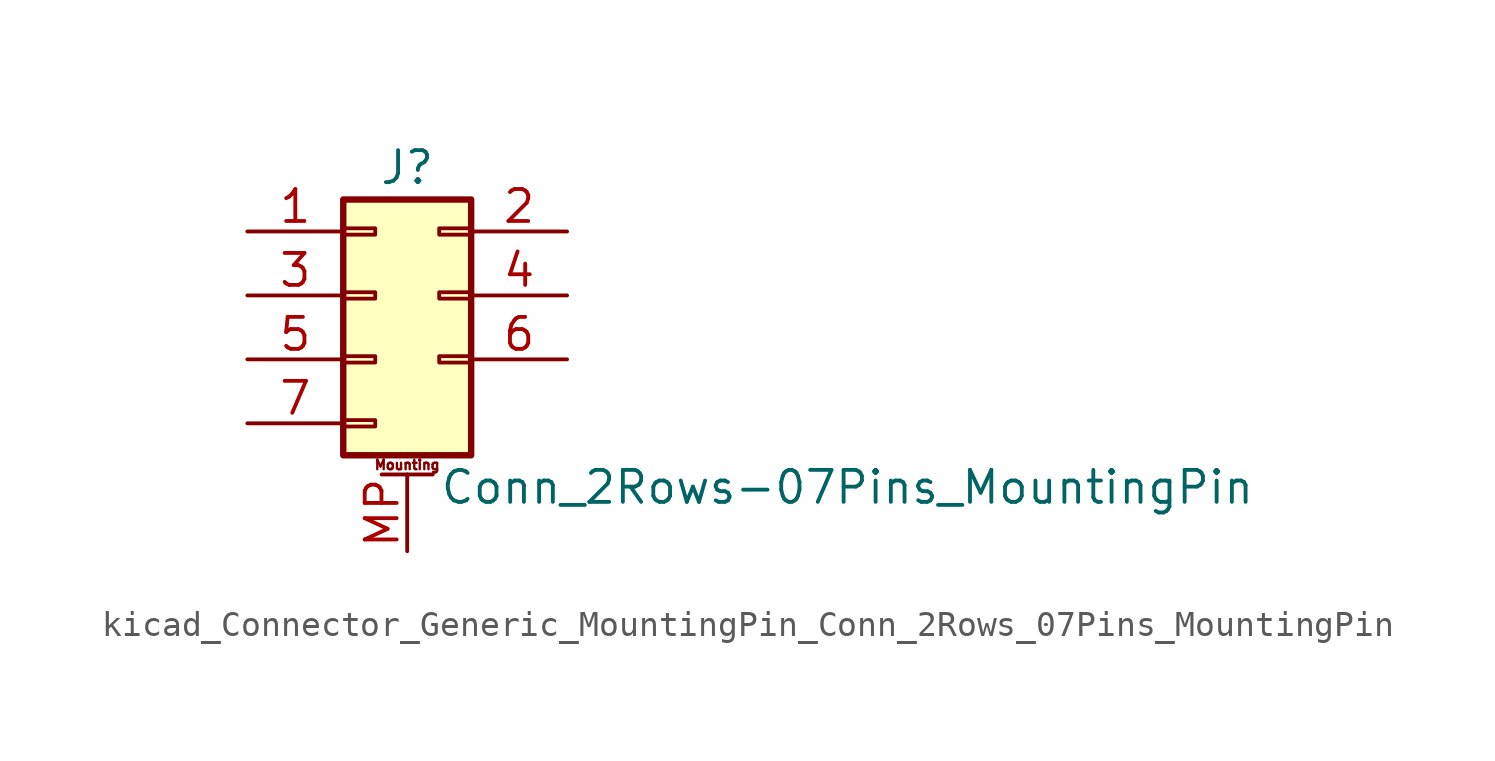
<source format=kicad_sym>
(kicad_symbol_lib
  (version 20220914)
  (generator kicad_symbol_editor)
  (symbol "kicad_Connector_Generic_MountingPin_Conn_2Rows_07Pins_MountingPin"
    (pin_names
      (offset 1.016) hide)
    (property "Reference" "J"
      (at 1.27 5.08 0)
      (effects (font (size 1.27 1.27))))
    (property "Value" "Conn_2Rows-07Pins_MountingPin"
      (at 2.54 -7.62 0)
      (effects (font (size 1.27 1.27)) (justify left)))
    (symbol "kicad_Connector_Generic_MountingPin_Conn_2Rows_07Pins_MountingPin_1_1"
      (rectangle (start -1.27 -4.953) (end 0 -5.207) (stroke (width 0.152) (type default)) (fill (type none)))
      (rectangle (start -1.27 -2.413) (end 0 -2.667) (stroke (width 0.152) (type default)) (fill (type none)))
      (rectangle (start -1.27 0.127) (end 0 -0.127) (stroke (width 0.152) (type default)) (fill (type none)))
      (rectangle (start -1.27 2.667) (end 0 2.413) (stroke (width 0.152) (type default)) (fill (type none)))
      (rectangle (start -1.27 3.81) (end 3.81 -6.35) (stroke (width 0.254) (type default)) (fill (type background)))
      (polyline (pts (xy 0.254 -7.112) (xy 2.286 -7.112)) (stroke (width 0.152) (type default)) (fill (type none)))
      (rectangle (start 3.81 -2.413) (end 2.54 -2.667) (stroke (width 0.152) (type default)) (fill (type none)))
      (rectangle (start 3.81 0.127) (end 2.54 -0.127) (stroke (width 0.152) (type default)) (fill (type none)))
      (rectangle (start 3.81 2.667) (end 2.54 2.413) (stroke (width 0.152) (type default)) (fill (type none)))
      (text "Mounting" (at 1.27 -6.731 0) (effects (font (size 0.381 0.381))))
      (pin passive line (at -5.08 2.54 0) (length 3.81) (name "Pin_1" (effects (font (size 1.27 1.27)))) (number "1" (effects (font (size 1.27 1.27)))))
      (pin passive line (at 7.62 2.54 180) (length 3.81) (name "Pin_2" (effects (font (size 1.27 1.27)))) (number "2" (effects (font (size 1.27 1.27)))))
      (pin passive line (at -5.08 0 0) (length 3.81) (name "Pin_3" (effects (font (size 1.27 1.27)))) (number "3" (effects (font (size 1.27 1.27)))))
      (pin passive line (at 7.62 0 180) (length 3.81) (name "Pin_4" (effects (font (size 1.27 1.27)))) (number "4" (effects (font (size 1.27 1.27)))))
      (pin passive line (at -5.08 -2.54 0) (length 3.81) (name "Pin_5" (effects (font (size 1.27 1.27)))) (number "5" (effects (font (size 1.27 1.27)))))
      (pin passive line (at 7.62 -2.54 180) (length 3.81) (name "Pin_6" (effects (font (size 1.27 1.27)))) (number "6" (effects (font (size 1.27 1.27)))))
      (pin passive line (at -5.08 -5.08 0) (length 3.81) (name "Pin_7" (effects (font (size 1.27 1.27)))) (number "7" (effects (font (size 1.27 1.27)))))
      (pin passive line (at 1.27 -10.16 90) (length 3.048) (name "MountPin" (effects (font (size 1.27 1.27)))) (number "MP" (effects (font (size 1.27 1.27))))))))
</source>
